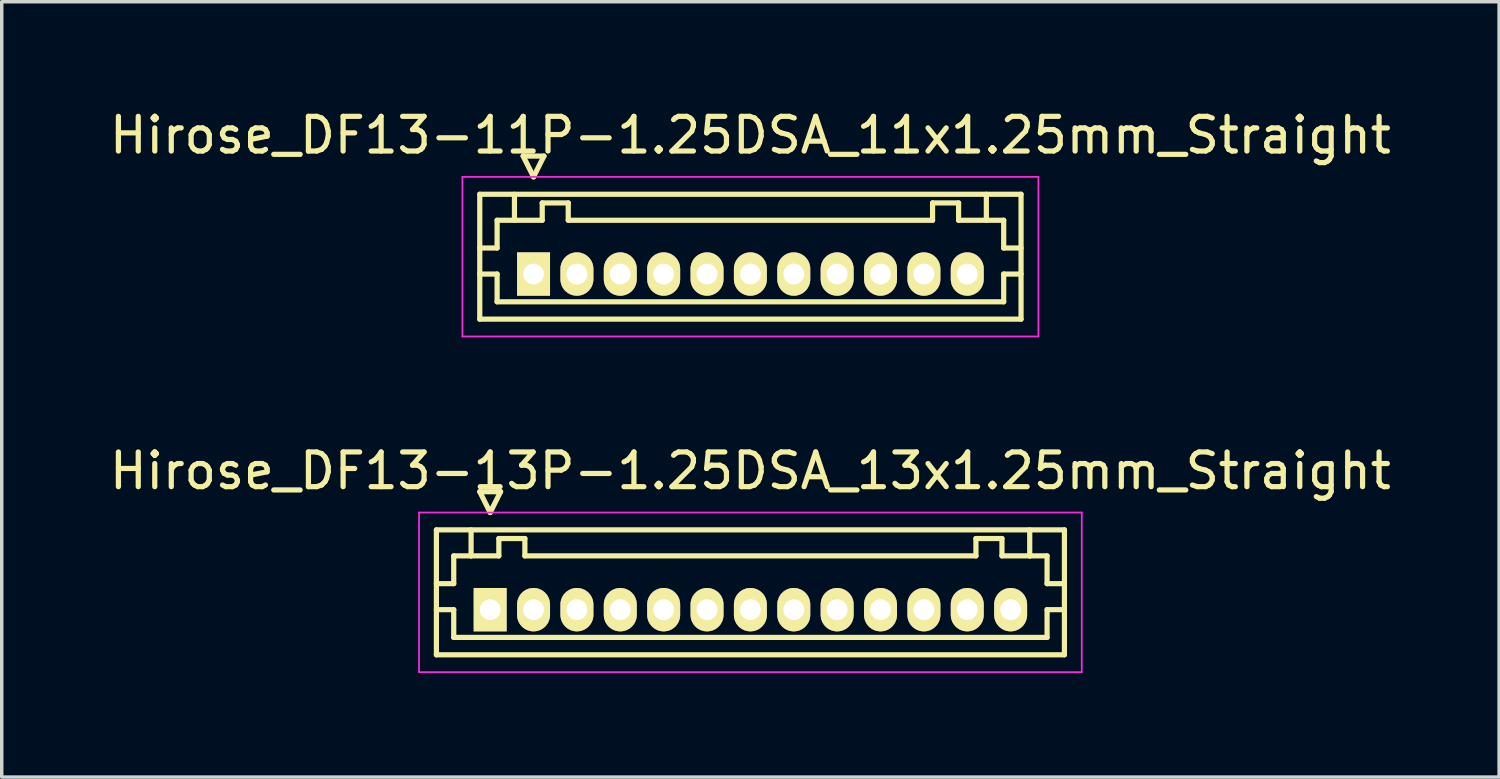
<source format=kicad_pcb>
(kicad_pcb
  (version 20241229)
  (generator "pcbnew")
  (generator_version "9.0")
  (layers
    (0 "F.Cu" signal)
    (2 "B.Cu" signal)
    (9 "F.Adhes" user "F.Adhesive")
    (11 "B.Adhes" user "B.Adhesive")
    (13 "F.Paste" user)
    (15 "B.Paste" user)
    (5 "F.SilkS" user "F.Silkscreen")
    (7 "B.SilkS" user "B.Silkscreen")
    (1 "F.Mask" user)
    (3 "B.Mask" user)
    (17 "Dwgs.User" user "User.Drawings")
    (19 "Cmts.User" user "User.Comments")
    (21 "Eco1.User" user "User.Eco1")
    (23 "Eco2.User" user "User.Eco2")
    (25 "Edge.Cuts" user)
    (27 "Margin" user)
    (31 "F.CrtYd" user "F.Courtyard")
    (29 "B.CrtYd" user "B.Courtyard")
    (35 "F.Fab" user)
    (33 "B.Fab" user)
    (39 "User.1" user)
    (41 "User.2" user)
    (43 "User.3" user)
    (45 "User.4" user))
  (footprint "Hirose_DF13-13P-1.25DSA_13x1.25mm_Straight"
    (layer "F.Cu")
    (at 11.077 14.521)
    (property "Reference" "Hirose_DF13-13P-1.25DSA_13x1.25mm_Straight" (at 7.5 -4 0) (layer "F.SilkS") (effects (font (size 1 1) (thickness 0.15))))
    (attr through_hole)
    (fp_line (start -1.55 -2.3) (end -1.55 1.3) (stroke (width 0.15) (type solid)) (layer "F.SilkS"))
    (fp_line (start -1.55 -0.75) (end -1.05 -0.75) (stroke (width 0.15) (type solid)) (layer "F.SilkS"))
    (fp_line (start -1.55 0) (end -1.05 0) (stroke (width 0.15) (type solid)) (layer "F.SilkS"))
    (fp_line (start -1.55 1.3) (end 16.55 1.3) (stroke (width 0.15) (type solid)) (layer "F.SilkS"))
    (fp_line (start -1.05 -1.55) (end -0.55 -1.55) (stroke (width 0.15) (type solid)) (layer "F.SilkS"))
    (fp_line (start -1.05 -0.75) (end -1.05 -1.55) (stroke (width 0.15) (type solid)) (layer "F.SilkS"))
    (fp_line (start -1.05 0) (end -1.05 0.8) (stroke (width 0.15) (type solid)) (layer "F.SilkS"))
    (fp_line (start -1.05 0.8) (end 16.05 0.8) (stroke (width 0.15) (type solid)) (layer "F.SilkS"))
    (fp_line (start -0.55 -1.55) (end -0.55 -2.3) (stroke (width 0.15) (type solid)) (layer "F.SilkS"))
    (fp_line (start -0.55 -1.55) (end 0.25 -1.55) (stroke (width 0.15) (type solid)) (layer "F.SilkS"))
    (fp_line (start -0.3 -3.4) (end 0.3 -3.4) (stroke (width 0.15) (type solid)) (layer "F.SilkS"))
    (fp_line (start 0 -2.8) (end -0.3 -3.4) (stroke (width 0.15) (type solid)) (layer "F.SilkS"))
    (fp_line (start 0.25 -2.05) (end 1 -2.05) (stroke (width 0.15) (type solid)) (layer "F.SilkS"))
    (fp_line (start 0.25 -1.55) (end 0.25 -2.05) (stroke (width 0.15) (type solid)) (layer "F.SilkS"))
    (fp_line (start 0.3 -3.4) (end 0 -2.8) (stroke (width 0.15) (type solid)) (layer "F.SilkS"))
    (fp_line (start 1 -2.05) (end 1 -1.55) (stroke (width 0.15) (type solid)) (layer "F.SilkS"))
    (fp_line (start 1 -1.55) (end 14 -1.55) (stroke (width 0.15) (type solid)) (layer "F.SilkS"))
    (fp_line (start 14 -2.05) (end 14.75 -2.05) (stroke (width 0.15) (type solid)) (layer "F.SilkS"))
    (fp_line (start 14 -1.55) (end 14 -2.05) (stroke (width 0.15) (type solid)) (layer "F.SilkS"))
    (fp_line (start 14.75 -2.05) (end 14.75 -1.55) (stroke (width 0.15) (type solid)) (layer "F.SilkS"))
    (fp_line (start 14.75 -1.55) (end 15.55 -1.55) (stroke (width 0.15) (type solid)) (layer "F.SilkS"))
    (fp_line (start 15.55 -1.55) (end 15.55 -2.3) (stroke (width 0.15) (type solid)) (layer "F.SilkS"))
    (fp_line (start 16.05 -1.55) (end 15.55 -1.55) (stroke (width 0.15) (type solid)) (layer "F.SilkS"))
    (fp_line (start 16.05 -0.75) (end 16.05 -1.55) (stroke (width 0.15) (type solid)) (layer "F.SilkS"))
    (fp_line (start 16.05 0) (end 16.55 0) (stroke (width 0.15) (type solid)) (layer "F.SilkS"))
    (fp_line (start 16.05 0.8) (end 16.05 0) (stroke (width 0.15) (type solid)) (layer "F.SilkS"))
    (fp_line (start 16.55 -2.3) (end -1.55 -2.3) (stroke (width 0.15) (type solid)) (layer "F.SilkS"))
    (fp_line (start 16.55 -0.75) (end 16.05 -0.75) (stroke (width 0.15) (type solid)) (layer "F.SilkS"))
    (fp_line (start 16.55 1.3) (end 16.55 -2.3) (stroke (width 0.15) (type solid)) (layer "F.SilkS"))
    (fp_line (start -2.05 -2.8) (end -2.05 1.8) (stroke (width 0.05) (type solid)) (layer "F.CrtYd"))
    (fp_line (start -2.05 1.8) (end 17.05 1.8) (stroke (width 0.05) (type solid)) (layer "F.CrtYd"))
    (fp_line (start 17.05 -2.8) (end -2.05 -2.8) (stroke (width 0.05) (type solid)) (layer "F.CrtYd"))
    (fp_line (start 17.05 1.8) (end 17.05 -2.8) (stroke (width 0.05) (type solid)) (layer "F.CrtYd"))
    (pad "1" thru_hole rect (at 0 0) (size 0.95 1.25) (drill 0.6) (layers "*.Cu" "*.Mask" "F.SilkS"))
    (pad "2" thru_hole oval (at 1.25 0) (size 0.95 1.25) (drill 0.6) (layers "*.Cu" "*.Mask" "F.SilkS"))
    (pad "3" thru_hole oval (at 2.5 0) (size 0.95 1.25) (drill 0.6) (layers "*.Cu" "*.Mask" "F.SilkS"))
    (pad "4" thru_hole oval (at 3.75 0) (size 0.95 1.25) (drill 0.6) (layers "*.Cu" "*.Mask" "F.SilkS"))
    (pad "5" thru_hole oval (at 5 0) (size 0.95 1.25) (drill 0.6) (layers "*.Cu" "*.Mask" "F.SilkS"))
    (pad "6" thru_hole oval (at 6.25 0) (size 0.95 1.25) (drill 0.6) (layers "*.Cu" "*.Mask" "F.SilkS"))
    (pad "7" thru_hole oval (at 7.5 0) (size 0.95 1.25) (drill 0.6) (layers "*.Cu" "*.Mask" "F.SilkS"))
    (pad "8" thru_hole oval (at 8.75 0) (size 0.95 1.25) (drill 0.6) (layers "*.Cu" "*.Mask" "F.SilkS"))
    (pad "9" thru_hole oval (at 10 0) (size 0.95 1.25) (drill 0.6) (layers "*.Cu" "*.Mask" "F.SilkS"))
    (pad "10" thru_hole oval (at 11.25 0) (size 0.95 1.25) (drill 0.6) (layers "*.Cu" "*.Mask" "F.SilkS"))
    (pad "11" thru_hole oval (at 12.5 0) (size 0.95 1.25) (drill 0.6) (layers "*.Cu" "*.Mask" "F.SilkS"))
    (pad "12" thru_hole oval (at 13.75 0) (size 0.95 1.25) (drill 0.6) (layers "*.Cu" "*.Mask" "F.SilkS"))
    (pad "13" thru_hole oval (at 15 0) (size 0.95 1.25) (drill 0.6) (layers "*.Cu" "*.Mask" "F.SilkS")))
  (footprint "Hirose_DF13-11P-1.25DSA_11x1.25mm_Straight"
    (layer "F.Cu")
    (at 12.327 4.848)
    (property "Reference" "Hirose_DF13-11P-1.25DSA_11x1.25mm_Straight" (at 6.25 -4 0) (layer "F.SilkS") (effects (font (size 1 1) (thickness 0.15))))
    (attr through_hole)
    (fp_line (start -1.55 -2.3) (end -1.55 1.3) (stroke (width 0.15) (type solid)) (layer "F.SilkS"))
    (fp_line (start -1.55 -0.75) (end -1.05 -0.75) (stroke (width 0.15) (type solid)) (layer "F.SilkS"))
    (fp_line (start -1.55 0) (end -1.05 0) (stroke (width 0.15) (type solid)) (layer "F.SilkS"))
    (fp_line (start -1.55 1.3) (end 14.05 1.3) (stroke (width 0.15) (type solid)) (layer "F.SilkS"))
    (fp_line (start -1.05 -1.55) (end -0.55 -1.55) (stroke (width 0.15) (type solid)) (layer "F.SilkS"))
    (fp_line (start -1.05 -0.75) (end -1.05 -1.55) (stroke (width 0.15) (type solid)) (layer "F.SilkS"))
    (fp_line (start -1.05 0) (end -1.05 0.8) (stroke (width 0.15) (type solid)) (layer "F.SilkS"))
    (fp_line (start -1.05 0.8) (end 13.55 0.8) (stroke (width 0.15) (type solid)) (layer "F.SilkS"))
    (fp_line (start -0.55 -1.55) (end -0.55 -2.3) (stroke (width 0.15) (type solid)) (layer "F.SilkS"))
    (fp_line (start -0.55 -1.55) (end 0.25 -1.55) (stroke (width 0.15) (type solid)) (layer "F.SilkS"))
    (fp_line (start -0.3 -3.4) (end 0.3 -3.4) (stroke (width 0.15) (type solid)) (layer "F.SilkS"))
    (fp_line (start 0 -2.8) (end -0.3 -3.4) (stroke (width 0.15) (type solid)) (layer "F.SilkS"))
    (fp_line (start 0.25 -2.05) (end 1 -2.05) (stroke (width 0.15) (type solid)) (layer "F.SilkS"))
    (fp_line (start 0.25 -1.55) (end 0.25 -2.05) (stroke (width 0.15) (type solid)) (layer "F.SilkS"))
    (fp_line (start 0.3 -3.4) (end 0 -2.8) (stroke (width 0.15) (type solid)) (layer "F.SilkS"))
    (fp_line (start 1 -2.05) (end 1 -1.55) (stroke (width 0.15) (type solid)) (layer "F.SilkS"))
    (fp_line (start 1 -1.55) (end 11.5 -1.55) (stroke (width 0.15) (type solid)) (layer "F.SilkS"))
    (fp_line (start 11.5 -2.05) (end 12.25 -2.05) (stroke (width 0.15) (type solid)) (layer "F.SilkS"))
    (fp_line (start 11.5 -1.55) (end 11.5 -2.05) (stroke (width 0.15) (type solid)) (layer "F.SilkS"))
    (fp_line (start 12.25 -2.05) (end 12.25 -1.55) (stroke (width 0.15) (type solid)) (layer "F.SilkS"))
    (fp_line (start 12.25 -1.55) (end 13.05 -1.55) (stroke (width 0.15) (type solid)) (layer "F.SilkS"))
    (fp_line (start 13.05 -1.55) (end 13.05 -2.3) (stroke (width 0.15) (type solid)) (layer "F.SilkS"))
    (fp_line (start 13.55 -1.55) (end 13.05 -1.55) (stroke (width 0.15) (type solid)) (layer "F.SilkS"))
    (fp_line (start 13.55 -0.75) (end 13.55 -1.55) (stroke (width 0.15) (type solid)) (layer "F.SilkS"))
    (fp_line (start 13.55 0) (end 14.05 0) (stroke (width 0.15) (type solid)) (layer "F.SilkS"))
    (fp_line (start 13.55 0.8) (end 13.55 0) (stroke (width 0.15) (type solid)) (layer "F.SilkS"))
    (fp_line (start 14.05 -2.3) (end -1.55 -2.3) (stroke (width 0.15) (type solid)) (layer "F.SilkS"))
    (fp_line (start 14.05 -0.75) (end 13.55 -0.75) (stroke (width 0.15) (type solid)) (layer "F.SilkS"))
    (fp_line (start 14.05 1.3) (end 14.05 -2.3) (stroke (width 0.15) (type solid)) (layer "F.SilkS"))
    (fp_line (start -2.05 -2.8) (end -2.05 1.8) (stroke (width 0.05) (type solid)) (layer "F.CrtYd"))
    (fp_line (start -2.05 1.8) (end 14.55 1.8) (stroke (width 0.05) (type solid)) (layer "F.CrtYd"))
    (fp_line (start 14.55 -2.8) (end -2.05 -2.8) (stroke (width 0.05) (type solid)) (layer "F.CrtYd"))
    (fp_line (start 14.55 1.8) (end 14.55 -2.8) (stroke (width 0.05) (type solid)) (layer "F.CrtYd"))
    (pad "1" thru_hole rect (at 0 0) (size 0.95 1.25) (drill 0.6) (layers "*.Cu" "*.Mask" "F.SilkS"))
    (pad "2" thru_hole oval (at 1.25 0) (size 0.95 1.25) (drill 0.6) (layers "*.Cu" "*.Mask" "F.SilkS"))
    (pad "3" thru_hole oval (at 2.5 0) (size 0.95 1.25) (drill 0.6) (layers "*.Cu" "*.Mask" "F.SilkS"))
    (pad "4" thru_hole oval (at 3.75 0) (size 0.95 1.25) (drill 0.6) (layers "*.Cu" "*.Mask" "F.SilkS"))
    (pad "5" thru_hole oval (at 5 0) (size 0.95 1.25) (drill 0.6) (layers "*.Cu" "*.Mask" "F.SilkS"))
    (pad "6" thru_hole oval (at 6.25 0) (size 0.95 1.25) (drill 0.6) (layers "*.Cu" "*.Mask" "F.SilkS"))
    (pad "7" thru_hole oval (at 7.5 0) (size 0.95 1.25) (drill 0.6) (layers "*.Cu" "*.Mask" "F.SilkS"))
    (pad "8" thru_hole oval (at 8.75 0) (size 0.95 1.25) (drill 0.6) (layers "*.Cu" "*.Mask" "F.SilkS"))
    (pad "9" thru_hole oval (at 10 0) (size 0.95 1.25) (drill 0.6) (layers "*.Cu" "*.Mask" "F.SilkS"))
    (pad "10" thru_hole oval (at 11.25 0) (size 0.95 1.25) (drill 0.6) (layers "*.Cu" "*.Mask" "F.SilkS"))
    (pad "11" thru_hole oval (at 12.5 0) (size 0.95 1.25) (drill 0.6) (layers "*.Cu" "*.Mask" "F.SilkS")))
  (gr_rect
    (start -3 -3)
    (end 40.155 19.346)
    (stroke (width 0.1) (type default))
    (fill no)
    (layer "Edge.Cuts")))
</source>
